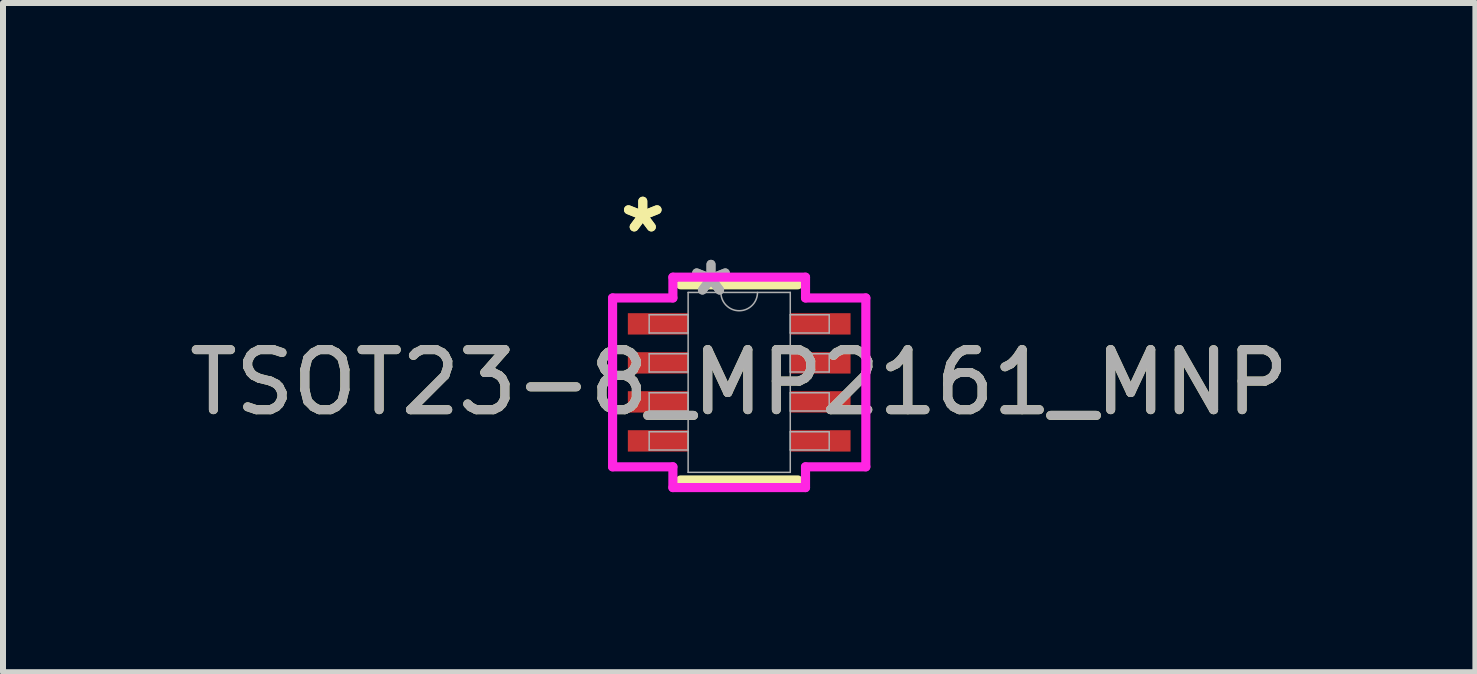
<source format=kicad_pcb>
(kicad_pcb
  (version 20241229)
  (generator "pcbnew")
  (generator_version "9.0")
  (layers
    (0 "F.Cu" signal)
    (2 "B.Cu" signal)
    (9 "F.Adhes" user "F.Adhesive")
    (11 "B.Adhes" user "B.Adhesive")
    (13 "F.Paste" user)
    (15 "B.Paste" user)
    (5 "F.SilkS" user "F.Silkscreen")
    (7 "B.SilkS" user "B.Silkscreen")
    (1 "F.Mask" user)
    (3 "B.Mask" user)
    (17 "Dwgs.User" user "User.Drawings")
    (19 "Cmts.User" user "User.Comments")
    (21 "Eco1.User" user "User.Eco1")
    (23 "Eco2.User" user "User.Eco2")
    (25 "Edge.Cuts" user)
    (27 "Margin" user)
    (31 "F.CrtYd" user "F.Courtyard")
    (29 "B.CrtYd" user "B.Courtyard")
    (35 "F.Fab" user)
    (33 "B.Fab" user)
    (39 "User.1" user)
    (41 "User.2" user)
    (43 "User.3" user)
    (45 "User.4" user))
  (footprint "TSOT23-8_MP2161_MNP"
    (layer "F.Cu")
    (at 9.268 3.322)
    (property "Reference" "TSOT23-8_MP2161_MNP" (at 0 0 0) (unlocked yes) (layer "F.SilkS") (effects (font (size 1 1) (thickness 0.15))))
    (attr smd)
    (fp_line (start -0.978 1.626) (end 0.978 1.626) (stroke (width 0.152) (type solid)) (layer "F.SilkS"))
    (fp_line (start 0.978 -1.626) (end -0.978 -1.626) (stroke (width 0.152) (type solid)) (layer "F.SilkS"))
    (fp_line (start -2.11 -1.407) (end -1.105 -1.407) (stroke (width 0.152) (type solid)) (layer "F.CrtYd"))
    (fp_line (start -2.11 1.407) (end -2.11 -1.407) (stroke (width 0.152) (type solid)) (layer "F.CrtYd"))
    (fp_line (start -2.11 1.407) (end -1.105 1.407) (stroke (width 0.152) (type solid)) (layer "F.CrtYd"))
    (fp_line (start -1.105 -1.753) (end 1.105 -1.753) (stroke (width 0.152) (type solid)) (layer "F.CrtYd"))
    (fp_line (start -1.105 -1.407) (end -1.105 -1.753) (stroke (width 0.152) (type solid)) (layer "F.CrtYd"))
    (fp_line (start -1.105 1.753) (end -1.105 1.407) (stroke (width 0.152) (type solid)) (layer "F.CrtYd"))
    (fp_line (start 1.105 -1.753) (end 1.105 -1.407) (stroke (width 0.152) (type solid)) (layer "F.CrtYd"))
    (fp_line (start 1.105 1.407) (end 1.105 1.753) (stroke (width 0.152) (type solid)) (layer "F.CrtYd"))
    (fp_line (start 1.105 1.753) (end -1.105 1.753) (stroke (width 0.152) (type solid)) (layer "F.CrtYd"))
    (fp_line (start 2.11 -1.407) (end 1.105 -1.407) (stroke (width 0.152) (type solid)) (layer "F.CrtYd"))
    (fp_line (start 2.11 -1.407) (end 2.11 1.407) (stroke (width 0.152) (type solid)) (layer "F.CrtYd"))
    (fp_line (start 2.11 1.407) (end 1.105 1.407) (stroke (width 0.152) (type solid)) (layer "F.CrtYd"))
    (fp_line (start -1.5 -1.127) (end -1.5 -0.823) (stroke (width 0.025) (type solid)) (layer "F.Fab"))
    (fp_line (start -1.5 -0.823) (end -0.851 -0.823) (stroke (width 0.025) (type solid)) (layer "F.Fab"))
    (fp_line (start -1.5 -0.477) (end -1.5 -0.173) (stroke (width 0.025) (type solid)) (layer "F.Fab"))
    (fp_line (start -1.5 -0.173) (end -0.851 -0.173) (stroke (width 0.025) (type solid)) (layer "F.Fab"))
    (fp_line (start -1.5 0.173) (end -1.5 0.477) (stroke (width 0.025) (type solid)) (layer "F.Fab"))
    (fp_line (start -1.5 0.477) (end -0.851 0.477) (stroke (width 0.025) (type solid)) (layer "F.Fab"))
    (fp_line (start -1.5 0.823) (end -1.5 1.127) (stroke (width 0.025) (type solid)) (layer "F.Fab"))
    (fp_line (start -1.5 1.127) (end -0.851 1.127) (stroke (width 0.025) (type solid)) (layer "F.Fab"))
    (fp_line (start -0.851 -1.499) (end -0.851 1.499) (stroke (width 0.025) (type solid)) (layer "F.Fab"))
    (fp_line (start -0.851 -1.127) (end -1.5 -1.127) (stroke (width 0.025) (type solid)) (layer "F.Fab"))
    (fp_line (start -0.851 -0.823) (end -0.851 -1.127) (stroke (width 0.025) (type solid)) (layer "F.Fab"))
    (fp_line (start -0.851 -0.477) (end -1.5 -0.477) (stroke (width 0.025) (type solid)) (layer "F.Fab"))
    (fp_line (start -0.851 -0.173) (end -0.851 -0.477) (stroke (width 0.025) (type solid)) (layer "F.Fab"))
    (fp_line (start -0.851 0.173) (end -1.5 0.173) (stroke (width 0.025) (type solid)) (layer "F.Fab"))
    (fp_line (start -0.851 0.477) (end -0.851 0.173) (stroke (width 0.025) (type solid)) (layer "F.Fab"))
    (fp_line (start -0.851 0.823) (end -1.5 0.823) (stroke (width 0.025) (type solid)) (layer "F.Fab"))
    (fp_line (start -0.851 1.127) (end -0.851 0.823) (stroke (width 0.025) (type solid)) (layer "F.Fab"))
    (fp_line (start -0.851 1.499) (end 0.851 1.499) (stroke (width 0.025) (type solid)) (layer "F.Fab"))
    (fp_line (start 0.851 -1.499) (end -0.851 -1.499) (stroke (width 0.025) (type solid)) (layer "F.Fab"))
    (fp_line (start 0.851 -1.127) (end 0.851 -0.823) (stroke (width 0.025) (type solid)) (layer "F.Fab"))
    (fp_line (start 0.851 -0.823) (end 1.5 -0.823) (stroke (width 0.025) (type solid)) (layer "F.Fab"))
    (fp_line (start 0.851 -0.477) (end 0.851 -0.173) (stroke (width 0.025) (type solid)) (layer "F.Fab"))
    (fp_line (start 0.851 -0.173) (end 1.5 -0.173) (stroke (width 0.025) (type solid)) (layer "F.Fab"))
    (fp_line (start 0.851 0.173) (end 0.851 0.477) (stroke (width 0.025) (type solid)) (layer "F.Fab"))
    (fp_line (start 0.851 0.477) (end 1.5 0.477) (stroke (width 0.025) (type solid)) (layer "F.Fab"))
    (fp_line (start 0.851 0.823) (end 0.851 1.127) (stroke (width 0.025) (type solid)) (layer "F.Fab"))
    (fp_line (start 0.851 1.127) (end 1.5 1.127) (stroke (width 0.025) (type solid)) (layer "F.Fab"))
    (fp_line (start 0.851 1.499) (end 0.851 -1.499) (stroke (width 0.025) (type solid)) (layer "F.Fab"))
    (fp_line (start 1.5 -1.127) (end 0.851 -1.127) (stroke (width 0.025) (type solid)) (layer "F.Fab"))
    (fp_line (start 1.5 -0.823) (end 1.5 -1.127) (stroke (width 0.025) (type solid)) (layer "F.Fab"))
    (fp_line (start 1.5 -0.477) (end 0.851 -0.477) (stroke (width 0.025) (type solid)) (layer "F.Fab"))
    (fp_line (start 1.5 -0.173) (end 1.5 -0.477) (stroke (width 0.025) (type solid)) (layer "F.Fab"))
    (fp_line (start 1.5 0.173) (end 0.851 0.173) (stroke (width 0.025) (type solid)) (layer "F.Fab"))
    (fp_line (start 1.5 0.477) (end 1.5 0.173) (stroke (width 0.025) (type solid)) (layer "F.Fab"))
    (fp_line (start 1.5 0.823) (end 0.851 0.823) (stroke (width 0.025) (type solid)) (layer "F.Fab"))
    (fp_line (start 1.5 1.127) (end 1.5 0.823) (stroke (width 0.025) (type solid)) (layer "F.Fab"))
    (fp_arc (start 0.3048 -1.4986) (mid 0 -1.1938) (end -0.3048 -1.4986) (stroke (width 0.0254) (type solid)) (layer "F.Fab"))
    (fp_text user "*" (at -1.607 -2.474 0) (unlocked yes) (layer "F.SilkS") (effects (font (size 1 1) (thickness 0.15))))
    (fp_text user "*" (at -1.607 -2.474 0) (layer "F.SilkS") (effects (font (size 1 1) (thickness 0.15))))
    (fp_text user "*" (at -0.47 -1.422 0) (layer "F.Fab") (effects (font (size 1 1) (thickness 0.15))))
    (fp_text user "*" (at -0.47 -1.422 0) (unlocked yes) (layer "F.Fab") (effects (font (size 1 1) (thickness 0.15))))
    (fp_text user "${REFERENCE}" (at 0 0 0) (unlocked yes) (layer "F.Fab") (effects (font (size 1 1) (thickness 0.15))))
    (pad "1" smd rect (at -1.353 -0.975) (size 1.005 0.356) (layers "F.Cu" "F.Mask" "F.Paste"))
    (pad "2" smd rect (at -1.353 -0.325) (size 1.005 0.356) (layers "F.Cu" "F.Mask" "F.Paste"))
    (pad "3" smd rect (at -1.353 0.325) (size 1.005 0.356) (layers "F.Cu" "F.Mask" "F.Paste"))
    (pad "4" smd rect (at -1.353 0.975) (size 1.005 0.356) (layers "F.Cu" "F.Mask" "F.Paste"))
    (pad "5" smd rect (at 1.353 0.975) (size 1.005 0.356) (layers "F.Cu" "F.Mask" "F.Paste"))
    (pad "6" smd rect (at 1.353 0.325) (size 1.005 0.356) (layers "F.Cu" "F.Mask" "F.Paste"))
    (pad "7" smd rect (at 1.353 -0.325) (size 1.005 0.356) (layers "F.Cu" "F.Mask" "F.Paste"))
    (pad "8" smd rect (at 1.353 -0.975) (size 1.005 0.356) (layers "F.Cu" "F.Mask" "F.Paste")))
  (gr_rect
    (start -3 -3)
    (end 21.536 8.151)
    (stroke (width 0.1) (type default))
    (fill no)
    (layer "Edge.Cuts")))
</source>
